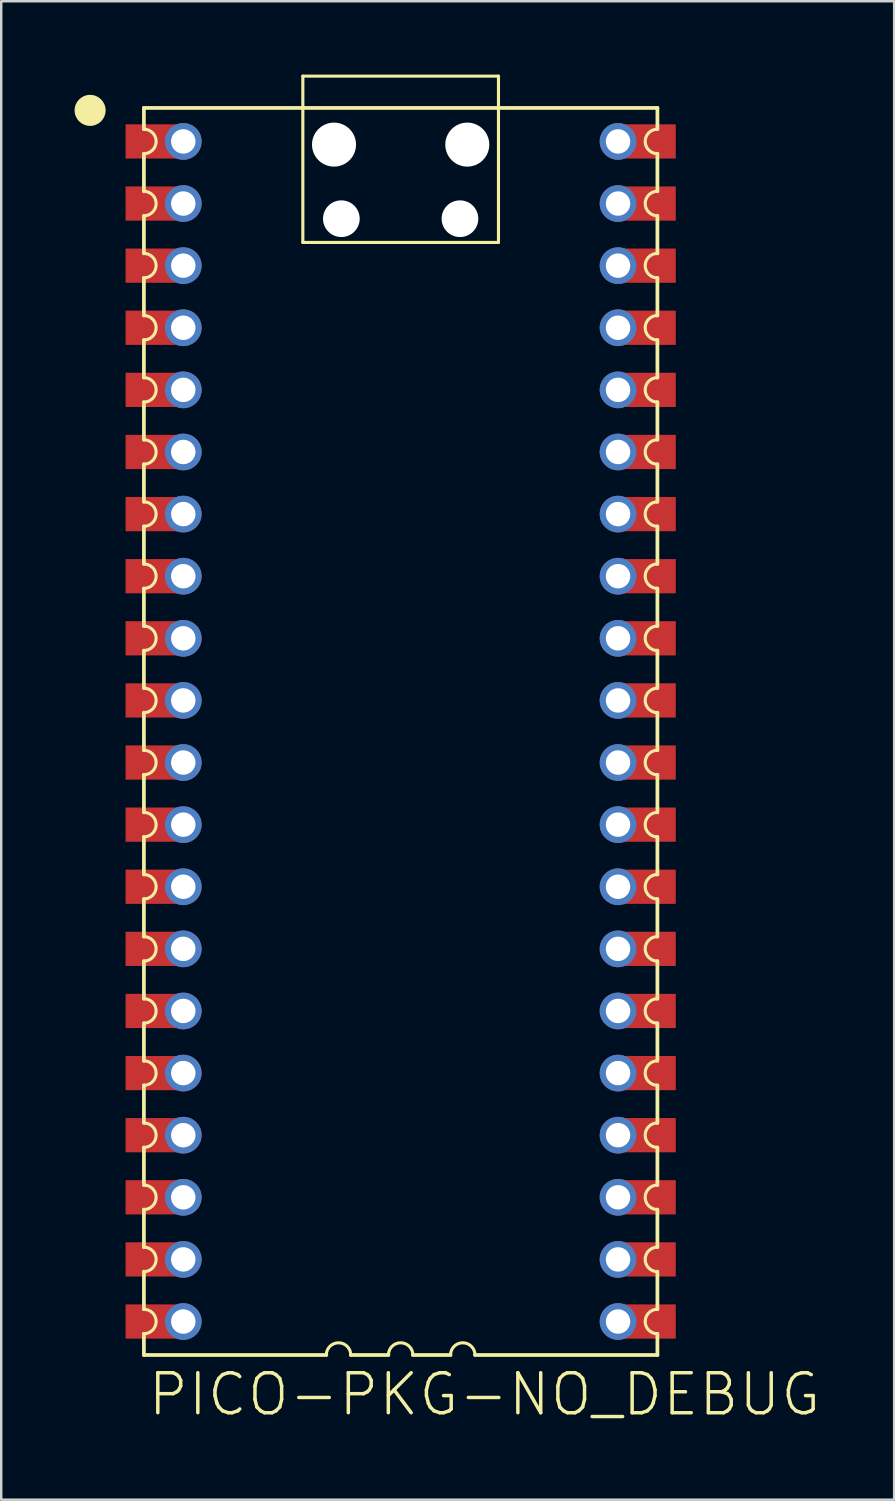
<source format=kicad_pcb>
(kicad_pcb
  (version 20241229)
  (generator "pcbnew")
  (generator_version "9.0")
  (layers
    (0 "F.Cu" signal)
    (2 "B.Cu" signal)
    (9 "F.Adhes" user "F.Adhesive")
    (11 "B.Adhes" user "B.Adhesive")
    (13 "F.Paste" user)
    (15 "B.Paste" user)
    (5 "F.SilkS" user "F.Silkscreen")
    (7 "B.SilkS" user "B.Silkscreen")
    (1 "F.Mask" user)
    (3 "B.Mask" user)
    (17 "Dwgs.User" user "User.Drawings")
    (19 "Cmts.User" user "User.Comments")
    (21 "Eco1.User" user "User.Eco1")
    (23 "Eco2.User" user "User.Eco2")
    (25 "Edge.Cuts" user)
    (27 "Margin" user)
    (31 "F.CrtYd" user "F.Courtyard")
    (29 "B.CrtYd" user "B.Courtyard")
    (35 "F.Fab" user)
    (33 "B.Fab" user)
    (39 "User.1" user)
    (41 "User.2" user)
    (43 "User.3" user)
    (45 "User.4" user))
  (footprint "PICO-PKG-NO_DEBUG"
    (layer "F.Cu")
    (at 12.065 28.134)
    (property "Reference" "PICO-PKG-NO_DEBUG" (at -9.144 26.797 0) (layer "F.SilkS") (effects (font (size 1.636 1.636) (thickness 0.142)) (justify left bottom)))
    (fp_line (start -9.23 -26.77) (end -9.23 -25.9) (stroke (width 0.152) (type solid)) (layer "F.SilkS"))
    (fp_line (start -9.23 -26.77) (end 11.77 -26.77) (stroke (width 0.152) (type solid)) (layer "F.SilkS"))
    (fp_line (start -9.23 -24.9) (end -9.23 -23.36) (stroke (width 0.152) (type solid)) (layer "F.SilkS"))
    (fp_line (start -9.23 -22.36) (end -9.23 -20.82) (stroke (width 0.152) (type solid)) (layer "F.SilkS"))
    (fp_line (start -9.23 -19.82) (end -9.23 -18.28) (stroke (width 0.152) (type solid)) (layer "F.SilkS"))
    (fp_line (start -9.23 -17.28) (end -9.23 -15.74) (stroke (width 0.152) (type solid)) (layer "F.SilkS"))
    (fp_line (start -9.23 -14.74) (end -9.23 -13.2) (stroke (width 0.152) (type solid)) (layer "F.SilkS"))
    (fp_line (start -9.23 -12.2) (end -9.23 -10.66) (stroke (width 0.152) (type solid)) (layer "F.SilkS"))
    (fp_line (start -9.23 -9.66) (end -9.23 -8.12) (stroke (width 0.152) (type solid)) (layer "F.SilkS"))
    (fp_line (start -9.23 -7.12) (end -9.23 -5.58) (stroke (width 0.152) (type solid)) (layer "F.SilkS"))
    (fp_line (start -9.23 -4.58) (end -9.23 -3.04) (stroke (width 0.152) (type solid)) (layer "F.SilkS"))
    (fp_line (start -9.23 -2.04) (end -9.23 -0.5) (stroke (width 0.152) (type solid)) (layer "F.SilkS"))
    (fp_line (start -9.23 0.5) (end -9.23 2.04) (stroke (width 0.152) (type solid)) (layer "F.SilkS"))
    (fp_line (start -9.23 3.04) (end -9.23 4.58) (stroke (width 0.152) (type solid)) (layer "F.SilkS"))
    (fp_line (start -9.23 5.58) (end -9.23 7.12) (stroke (width 0.152) (type solid)) (layer "F.SilkS"))
    (fp_line (start -9.23 8.12) (end -9.23 9.66) (stroke (width 0.152) (type solid)) (layer "F.SilkS"))
    (fp_line (start -9.23 10.66) (end -9.23 12.2) (stroke (width 0.152) (type solid)) (layer "F.SilkS"))
    (fp_line (start -9.23 13.2) (end -9.23 14.74) (stroke (width 0.152) (type solid)) (layer "F.SilkS"))
    (fp_line (start -9.23 15.74) (end -9.23 17.28) (stroke (width 0.152) (type solid)) (layer "F.SilkS"))
    (fp_line (start -9.23 18.28) (end -9.23 19.82) (stroke (width 0.152) (type solid)) (layer "F.SilkS"))
    (fp_line (start -9.23 20.82) (end -9.23 22.36) (stroke (width 0.152) (type solid)) (layer "F.SilkS"))
    (fp_line (start -9.23 23.36) (end -9.23 24.23) (stroke (width 0.152) (type solid)) (layer "F.SilkS"))
    (fp_line (start -2.73 -28.07) (end 5.27 -28.07) (stroke (width 0.127) (type solid)) (layer "F.SilkS"))
    (fp_line (start -2.73 -21.27) (end -2.73 -28.07) (stroke (width 0.127) (type solid)) (layer "F.SilkS"))
    (fp_line (start -1.77 24.23) (end -9.23 24.23) (stroke (width 0.152) (type solid)) (layer "F.SilkS"))
    (fp_line (start 0.77 24.23) (end -0.77 24.23) (stroke (width 0.152) (type solid)) (layer "F.SilkS"))
    (fp_line (start 3.31 24.23) (end 1.77 24.23) (stroke (width 0.152) (type solid)) (layer "F.SilkS"))
    (fp_line (start 5.27 -28.07) (end 5.27 -21.27) (stroke (width 0.127) (type solid)) (layer "F.SilkS"))
    (fp_line (start 5.27 -21.27) (end -2.73 -21.27) (stroke (width 0.127) (type solid)) (layer "F.SilkS"))
    (fp_line (start 11.77 -25.9) (end 11.77 -26.77) (stroke (width 0.152) (type solid)) (layer "F.SilkS"))
    (fp_line (start 11.77 -23.36) (end 11.77 -24.9) (stroke (width 0.152) (type solid)) (layer "F.SilkS"))
    (fp_line (start 11.77 -20.82) (end 11.77 -22.36) (stroke (width 0.152) (type solid)) (layer "F.SilkS"))
    (fp_line (start 11.77 -18.28) (end 11.77 -19.82) (stroke (width 0.152) (type solid)) (layer "F.SilkS"))
    (fp_line (start 11.77 -15.74) (end 11.77 -17.28) (stroke (width 0.152) (type solid)) (layer "F.SilkS"))
    (fp_line (start 11.77 -13.2) (end 11.77 -14.74) (stroke (width 0.152) (type solid)) (layer "F.SilkS"))
    (fp_line (start 11.77 -10.66) (end 11.77 -12.2) (stroke (width 0.152) (type solid)) (layer "F.SilkS"))
    (fp_line (start 11.77 -8.12) (end 11.77 -9.66) (stroke (width 0.152) (type solid)) (layer "F.SilkS"))
    (fp_line (start 11.77 -5.58) (end 11.77 -7.12) (stroke (width 0.152) (type solid)) (layer "F.SilkS"))
    (fp_line (start 11.77 -3.04) (end 11.77 -4.58) (stroke (width 0.152) (type solid)) (layer "F.SilkS"))
    (fp_line (start 11.77 -0.5) (end 11.77 -2.04) (stroke (width 0.152) (type solid)) (layer "F.SilkS"))
    (fp_line (start 11.77 2.04) (end 11.77 0.5) (stroke (width 0.152) (type solid)) (layer "F.SilkS"))
    (fp_line (start 11.77 4.58) (end 11.77 3.04) (stroke (width 0.152) (type solid)) (layer "F.SilkS"))
    (fp_line (start 11.77 7.12) (end 11.77 5.58) (stroke (width 0.152) (type solid)) (layer "F.SilkS"))
    (fp_line (start 11.77 9.66) (end 11.77 8.12) (stroke (width 0.152) (type solid)) (layer "F.SilkS"))
    (fp_line (start 11.77 12.2) (end 11.77 10.66) (stroke (width 0.152) (type solid)) (layer "F.SilkS"))
    (fp_line (start 11.77 14.74) (end 11.77 13.2) (stroke (width 0.152) (type solid)) (layer "F.SilkS"))
    (fp_line (start 11.77 17.28) (end 11.77 15.74) (stroke (width 0.152) (type solid)) (layer "F.SilkS"))
    (fp_line (start 11.77 19.82) (end 11.77 18.28) (stroke (width 0.152) (type solid)) (layer "F.SilkS"))
    (fp_line (start 11.77 22.36) (end 11.77 20.82) (stroke (width 0.152) (type solid)) (layer "F.SilkS"))
    (fp_line (start 11.77 24.23) (end 4.31 24.23) (stroke (width 0.152) (type solid)) (layer "F.SilkS"))
    (fp_line (start 11.77 24.23) (end 11.77 23.36) (stroke (width 0.152) (type solid)) (layer "F.SilkS"))
    (fp_arc (start -9.23 -25.9) (mid -8.73 -25.4) (end -9.23 -24.9) (stroke (width 0.127) (type solid)) (layer "F.SilkS"))
    (fp_arc (start -9.23 -23.36) (mid -8.73 -22.86) (end -9.23 -22.36) (stroke (width 0.127) (type solid)) (layer "F.SilkS"))
    (fp_arc (start -9.23 -20.82) (mid -8.73 -20.32) (end -9.23 -19.82) (stroke (width 0.127) (type solid)) (layer "F.SilkS"))
    (fp_arc (start -9.23 -18.28) (mid -8.73 -17.78) (end -9.23 -17.28) (stroke (width 0.127) (type solid)) (layer "F.SilkS"))
    (fp_arc (start -9.23 -15.74) (mid -8.73 -15.24) (end -9.23 -14.74) (stroke (width 0.127) (type solid)) (layer "F.SilkS"))
    (fp_arc (start -9.23 -13.2) (mid -8.73 -12.7) (end -9.23 -12.2) (stroke (width 0.127) (type solid)) (layer "F.SilkS"))
    (fp_arc (start -9.23 -10.66) (mid -8.73 -10.16) (end -9.23 -9.66) (stroke (width 0.127) (type solid)) (layer "F.SilkS"))
    (fp_arc (start -9.23 -8.12) (mid -8.73 -7.62) (end -9.23 -7.12) (stroke (width 0.127) (type solid)) (layer "F.SilkS"))
    (fp_arc (start -9.23 -5.58) (mid -8.73 -5.08) (end -9.23 -4.58) (stroke (width 0.127) (type solid)) (layer "F.SilkS"))
    (fp_arc (start -9.23 -3.04) (mid -8.73 -2.54) (end -9.23 -2.04) (stroke (width 0.127) (type solid)) (layer "F.SilkS"))
    (fp_arc (start -9.23 -0.5) (mid -8.73 0) (end -9.23 0.5) (stroke (width 0.127) (type solid)) (layer "F.SilkS"))
    (fp_arc (start -9.23 2.04) (mid -8.73 2.54) (end -9.23 3.04) (stroke (width 0.127) (type solid)) (layer "F.SilkS"))
    (fp_arc (start -9.23 4.58) (mid -8.73 5.08) (end -9.23 5.58) (stroke (width 0.127) (type solid)) (layer "F.SilkS"))
    (fp_arc (start -9.23 7.12) (mid -8.73 7.62) (end -9.23 8.12) (stroke (width 0.127) (type solid)) (layer "F.SilkS"))
    (fp_arc (start -9.23 9.66) (mid -8.73 10.16) (end -9.23 10.66) (stroke (width 0.127) (type solid)) (layer "F.SilkS"))
    (fp_arc (start -9.23 12.2) (mid -8.73 12.7) (end -9.23 13.2) (stroke (width 0.127) (type solid)) (layer "F.SilkS"))
    (fp_arc (start -9.23 14.74) (mid -8.73 15.24) (end -9.23 15.74) (stroke (width 0.127) (type solid)) (layer "F.SilkS"))
    (fp_arc (start -9.23 17.28) (mid -8.73 17.78) (end -9.23 18.28) (stroke (width 0.127) (type solid)) (layer "F.SilkS"))
    (fp_arc (start -9.23 19.82) (mid -8.73 20.32) (end -9.23 20.82) (stroke (width 0.127) (type solid)) (layer "F.SilkS"))
    (fp_arc (start -9.23 22.36) (mid -8.73 22.86) (end -9.23 23.36) (stroke (width 0.127) (type solid)) (layer "F.SilkS"))
    (fp_arc (start -1.77 24.23) (mid -1.27 23.73) (end -0.77 24.23) (stroke (width 0.127) (type solid)) (layer "F.SilkS"))
    (fp_arc (start 0.77 24.23) (mid 1.27 23.73) (end 1.77 24.23) (stroke (width 0.127) (type solid)) (layer "F.SilkS"))
    (fp_arc (start 3.31 24.23) (mid 3.81 23.73) (end 4.31 24.23) (stroke (width 0.127) (type solid)) (layer "F.SilkS"))
    (fp_arc (start 11.77 -24.9) (mid 11.27 -25.4) (end 11.77 -25.9) (stroke (width 0.127) (type solid)) (layer "F.SilkS"))
    (fp_arc (start 11.77 -22.36) (mid 11.27 -22.86) (end 11.77 -23.36) (stroke (width 0.127) (type solid)) (layer "F.SilkS"))
    (fp_arc (start 11.77 -19.82) (mid 11.27 -20.32) (end 11.77 -20.82) (stroke (width 0.127) (type solid)) (layer "F.SilkS"))
    (fp_arc (start 11.77 -17.28) (mid 11.27 -17.78) (end 11.77 -18.28) (stroke (width 0.127) (type solid)) (layer "F.SilkS"))
    (fp_arc (start 11.77 -14.74) (mid 11.27 -15.24) (end 11.77 -15.74) (stroke (width 0.127) (type solid)) (layer "F.SilkS"))
    (fp_arc (start 11.77 -12.2) (mid 11.27 -12.7) (end 11.77 -13.2) (stroke (width 0.127) (type solid)) (layer "F.SilkS"))
    (fp_arc (start 11.77 -9.66) (mid 11.27 -10.16) (end 11.77 -10.66) (stroke (width 0.127) (type solid)) (layer "F.SilkS"))
    (fp_arc (start 11.77 -7.12) (mid 11.27 -7.62) (end 11.77 -8.12) (stroke (width 0.127) (type solid)) (layer "F.SilkS"))
    (fp_arc (start 11.77 -4.58) (mid 11.27 -5.08) (end 11.77 -5.58) (stroke (width 0.127) (type solid)) (layer "F.SilkS"))
    (fp_arc (start 11.77 -2.04) (mid 11.27 -2.54) (end 11.77 -3.04) (stroke (width 0.127) (type solid)) (layer "F.SilkS"))
    (fp_arc (start 11.77 0.5) (mid 11.27 0) (end 11.77 -0.5) (stroke (width 0.127) (type solid)) (layer "F.SilkS"))
    (fp_arc (start 11.77 3.04) (mid 11.27 2.54) (end 11.77 2.04) (stroke (width 0.127) (type solid)) (layer "F.SilkS"))
    (fp_arc (start 11.77 5.58) (mid 11.27 5.08) (end 11.77 4.58) (stroke (width 0.127) (type solid)) (layer "F.SilkS"))
    (fp_arc (start 11.77 8.12) (mid 11.27 7.62) (end 11.77 7.12) (stroke (width 0.127) (type solid)) (layer "F.SilkS"))
    (fp_arc (start 11.77 10.66) (mid 11.27 10.16) (end 11.77 9.66) (stroke (width 0.127) (type solid)) (layer "F.SilkS"))
    (fp_arc (start 11.77 13.2) (mid 11.27 12.7) (end 11.77 12.2) (stroke (width 0.127) (type solid)) (layer "F.SilkS"))
    (fp_arc (start 11.77 15.74) (mid 11.27 15.24) (end 11.77 14.74) (stroke (width 0.127) (type solid)) (layer "F.SilkS"))
    (fp_arc (start 11.77 18.28) (mid 11.27 17.78) (end 11.77 17.28) (stroke (width 0.127) (type solid)) (layer "F.SilkS"))
    (fp_arc (start 11.77 20.82) (mid 11.27 20.32) (end 11.77 19.82) (stroke (width 0.127) (type solid)) (layer "F.SilkS"))
    (fp_arc (start 11.77 23.36) (mid 11.27 22.86) (end 11.77 22.36) (stroke (width 0.127) (type solid)) (layer "F.SilkS"))
    (fp_circle (center -11.43 -26.67) (end -11.113 -26.67) (stroke (width 0.635) (type solid)) (fill yes) (layer "F.SilkS"))
    (pad "" np_thru_hole circle (at -1.455 -25.27) (size 1.8 1.8) (drill 1.8) (layers "*.Cu" "*.Mask"))
    (pad "" np_thru_hole circle (at -1.155 -22.24) (size 1.5 1.5) (drill 1.5) (layers "*.Cu" "*.Mask"))
    (pad "" np_thru_hole circle (at 3.695 -22.24) (size 1.5 1.5) (drill 1.5) (layers "*.Cu" "*.Mask"))
    (pad "" np_thru_hole circle (at 3.995 -25.27) (size 1.8 1.8) (drill 1.8) (layers "*.Cu" "*.Mask"))
    (pad "1" thru_hole circle (at -7.62 -25.4) (size 1.5 1.5) (drill 1) (layers "*.Cu" "*.Mask"))
    (pad "2" thru_hole circle (at -7.62 -22.86) (size 1.5 1.5) (drill 1) (layers "*.Cu" "*.Mask"))
    (pad "3" thru_hole circle (at -7.62 -20.32) (size 1.5 1.5) (drill 1) (layers "*.Cu" "*.Mask"))
    (pad "4" thru_hole circle (at -7.62 -17.78) (size 1.5 1.5) (drill 1) (layers "*.Cu" "*.Mask"))
    (pad "5" thru_hole circle (at -7.62 -15.24) (size 1.5 1.5) (drill 1) (layers "*.Cu" "*.Mask"))
    (pad "6" thru_hole circle (at -7.62 -12.7) (size 1.5 1.5) (drill 1) (layers "*.Cu" "*.Mask"))
    (pad "7" thru_hole circle (at -7.62 -10.16) (size 1.5 1.5) (drill 1) (layers "*.Cu" "*.Mask"))
    (pad "8" thru_hole circle (at -7.62 -7.62) (size 1.5 1.5) (drill 1) (layers "*.Cu" "*.Mask"))
    (pad "9" thru_hole circle (at -7.62 -5.08) (size 1.5 1.5) (drill 1) (layers "*.Cu" "*.Mask"))
    (pad "10" thru_hole circle (at -7.62 -2.54) (size 1.5 1.5) (drill 1) (layers "*.Cu" "*.Mask"))
    (pad "11" thru_hole circle (at -7.62 0) (size 1.5 1.5) (drill 1) (layers "*.Cu" "*.Mask"))
    (pad "12" thru_hole circle (at -7.62 2.54) (size 1.5 1.5) (drill 1) (layers "*.Cu" "*.Mask"))
    (pad "13" thru_hole circle (at -7.62 5.08) (size 1.5 1.5) (drill 1) (layers "*.Cu" "*.Mask"))
    (pad "14" thru_hole circle (at -7.62 7.62) (size 1.5 1.5) (drill 1) (layers "*.Cu" "*.Mask"))
    (pad "15" thru_hole circle (at -7.62 10.16) (size 1.5 1.5) (drill 1) (layers "*.Cu" "*.Mask"))
    (pad "16" thru_hole circle (at -7.62 12.7) (size 1.5 1.5) (drill 1) (layers "*.Cu" "*.Mask"))
    (pad "17" thru_hole circle (at -7.62 15.24) (size 1.5 1.5) (drill 1) (layers "*.Cu" "*.Mask"))
    (pad "18" thru_hole circle (at -7.62 17.78) (size 1.5 1.5) (drill 1) (layers "*.Cu" "*.Mask"))
    (pad "19" thru_hole circle (at -7.62 20.32) (size 1.5 1.5) (drill 1) (layers "*.Cu" "*.Mask"))
    (pad "20" thru_hole circle (at -7.62 22.86) (size 1.5 1.5) (drill 1) (layers "*.Cu" "*.Mask"))
    (pad "21" thru_hole circle (at 10.16 22.86) (size 1.5 1.5) (drill 1) (layers "*.Cu" "*.Mask"))
    (pad "22" thru_hole circle (at 10.16 20.32) (size 1.5 1.5) (drill 1) (layers "*.Cu" "*.Mask"))
    (pad "23" thru_hole circle (at 10.16 17.78) (size 1.5 1.5) (drill 1) (layers "*.Cu" "*.Mask"))
    (pad "24" thru_hole circle (at 10.16 15.24) (size 1.5 1.5) (drill 1) (layers "*.Cu" "*.Mask"))
    (pad "25" thru_hole circle (at 10.16 12.7) (size 1.5 1.5) (drill 1) (layers "*.Cu" "*.Mask"))
    (pad "26" thru_hole circle (at 10.16 10.16) (size 1.5 1.5) (drill 1) (layers "*.Cu" "*.Mask"))
    (pad "27" thru_hole circle (at 10.16 7.62) (size 1.5 1.5) (drill 1) (layers "*.Cu" "*.Mask"))
    (pad "28" thru_hole circle (at 10.16 5.08) (size 1.5 1.5) (drill 1) (layers "*.Cu" "*.Mask"))
    (pad "29" thru_hole circle (at 10.16 2.54) (size 1.5 1.5) (drill 1) (layers "*.Cu" "*.Mask"))
    (pad "30" thru_hole circle (at 10.16 0) (size 1.5 1.5) (drill 1) (layers "*.Cu" "*.Mask"))
    (pad "31" thru_hole circle (at 10.16 -2.54) (size 1.5 1.5) (drill 1) (layers "*.Cu" "*.Mask"))
    (pad "32" thru_hole circle (at 10.16 -5.08) (size 1.5 1.5) (drill 1) (layers "*.Cu" "*.Mask"))
    (pad "33" thru_hole circle (at 10.16 -7.62) (size 1.5 1.5) (drill 1) (layers "*.Cu" "*.Mask"))
    (pad "34" thru_hole circle (at 10.16 -10.16) (size 1.5 1.5) (drill 1) (layers "*.Cu" "*.Mask"))
    (pad "35" thru_hole circle (at 10.16 -12.7) (size 1.5 1.5) (drill 1) (layers "*.Cu" "*.Mask"))
    (pad "36" thru_hole circle (at 10.16 -15.24) (size 1.5 1.5) (drill 1) (layers "*.Cu" "*.Mask"))
    (pad "37" thru_hole circle (at 10.16 -17.78) (size 1.5 1.5) (drill 1) (layers "*.Cu" "*.Mask"))
    (pad "38" thru_hole circle (at 10.16 -20.32) (size 1.5 1.5) (drill 1) (layers "*.Cu" "*.Mask"))
    (pad "39" thru_hole circle (at 10.16 -22.86) (size 1.5 1.5) (drill 1) (layers "*.Cu" "*.Mask"))
    (pad "40" thru_hole circle (at 10.16 -25.4) (size 1.5 1.5) (drill 1) (layers "*.Cu" "*.Mask"))
    (pad "P$1" smd rect (at -8.73 -25.4) (size 2.5 1.4) (layers "F.Cu" "F.Mask" "F.Paste"))
    (pad "P$2" smd rect (at -8.73 -22.86) (size 2.5 1.4) (layers "F.Cu" "F.Mask" "F.Paste"))
    (pad "P$3" smd rect (at -8.73 -20.32) (size 2.5 1.4) (layers "F.Cu" "F.Mask" "F.Paste"))
    (pad "P$4" smd rect (at -8.73 -17.78) (size 2.5 1.4) (layers "F.Cu" "F.Mask" "F.Paste"))
    (pad "P$5" smd rect (at -8.73 -15.24) (size 2.5 1.4) (layers "F.Cu" "F.Mask" "F.Paste"))
    (pad "P$6" smd rect (at -8.73 -12.7) (size 2.5 1.4) (layers "F.Cu" "F.Mask" "F.Paste"))
    (pad "P$7" smd rect (at -8.73 -10.16) (size 2.5 1.4) (layers "F.Cu" "F.Mask" "F.Paste"))
    (pad "P$8" smd rect (at -8.73 -7.62) (size 2.5 1.4) (layers "F.Cu" "F.Mask" "F.Paste"))
    (pad "P$9" smd rect (at -8.73 -5.08) (size 2.5 1.4) (layers "F.Cu" "F.Mask" "F.Paste"))
    (pad "P$10" smd rect (at -8.73 -2.54) (size 2.5 1.4) (layers "F.Cu" "F.Mask" "F.Paste"))
    (pad "P$11" smd rect (at -8.73 0) (size 2.5 1.4) (layers "F.Cu" "F.Mask" "F.Paste"))
    (pad "P$12" smd rect (at -8.73 2.54) (size 2.5 1.4) (layers "F.Cu" "F.Mask" "F.Paste"))
    (pad "P$13" smd rect (at -8.73 5.08) (size 2.5 1.4) (layers "F.Cu" "F.Mask" "F.Paste"))
    (pad "P$14" smd rect (at -8.73 7.62) (size 2.5 1.4) (layers "F.Cu" "F.Mask" "F.Paste"))
    (pad "P$15" smd rect (at -8.73 10.16) (size 2.5 1.4) (layers "F.Cu" "F.Mask" "F.Paste"))
    (pad "P$16" smd rect (at -8.73 12.7) (size 2.5 1.4) (layers "F.Cu" "F.Mask" "F.Paste"))
    (pad "P$17" smd rect (at -8.73 15.24) (size 2.5 1.4) (layers "F.Cu" "F.Mask" "F.Paste"))
    (pad "P$18" smd rect (at -8.73 17.78) (size 2.5 1.4) (layers "F.Cu" "F.Mask" "F.Paste"))
    (pad "P$19" smd rect (at -8.73 20.32) (size 2.5 1.4) (layers "F.Cu" "F.Mask" "F.Paste"))
    (pad "P$20" smd rect (at -8.73 22.86) (size 2.5 1.4) (layers "F.Cu" "F.Mask" "F.Paste"))
    (pad "P$21" smd rect (at 11.27 22.86 180) (size 2.5 1.4) (layers "F.Cu" "F.Mask" "F.Paste"))
    (pad "P$22" smd rect (at 11.27 20.32 180) (size 2.5 1.4) (layers "F.Cu" "F.Mask" "F.Paste"))
    (pad "P$23" smd rect (at 11.27 17.78 180) (size 2.5 1.4) (layers "F.Cu" "F.Mask" "F.Paste"))
    (pad "P$24" smd rect (at 11.27 15.24 180) (size 2.5 1.4) (layers "F.Cu" "F.Mask" "F.Paste"))
    (pad "P$25" smd rect (at 11.27 12.7 180) (size 2.5 1.4) (layers "F.Cu" "F.Mask" "F.Paste"))
    (pad "P$26" smd rect (at 11.27 10.16 180) (size 2.5 1.4) (layers "F.Cu" "F.Mask" "F.Paste"))
    (pad "P$27" smd rect (at 11.27 7.62 180) (size 2.5 1.4) (layers "F.Cu" "F.Mask" "F.Paste"))
    (pad "P$28" smd rect (at 11.27 5.08 180) (size 2.5 1.4) (layers "F.Cu" "F.Mask" "F.Paste"))
    (pad "P$29" smd rect (at 11.27 2.54 180) (size 2.5 1.4) (layers "F.Cu" "F.Mask" "F.Paste"))
    (pad "P$30" smd rect (at 11.27 0 180) (size 2.5 1.4) (layers "F.Cu" "F.Mask" "F.Paste"))
    (pad "P$31" smd rect (at 11.27 -2.54 180) (size 2.5 1.4) (layers "F.Cu" "F.Mask" "F.Paste"))
    (pad "P$32" smd rect (at 11.27 -5.08 180) (size 2.5 1.4) (layers "F.Cu" "F.Mask" "F.Paste"))
    (pad "P$33" smd rect (at 11.27 -7.62 180) (size 2.5 1.4) (layers "F.Cu" "F.Mask" "F.Paste"))
    (pad "P$34" smd rect (at 11.27 -10.16 180) (size 2.5 1.4) (layers "F.Cu" "F.Mask" "F.Paste"))
    (pad "P$35" smd rect (at 11.27 -12.7 180) (size 2.5 1.4) (layers "F.Cu" "F.Mask" "F.Paste"))
    (pad "P$36" smd rect (at 11.27 -15.24 180) (size 2.5 1.4) (layers "F.Cu" "F.Mask" "F.Paste"))
    (pad "P$37" smd rect (at 11.27 -17.78 180) (size 2.5 1.4) (layers "F.Cu" "F.Mask" "F.Paste"))
    (pad "P$38" smd rect (at 11.27 -20.32 180) (size 2.5 1.4) (layers "F.Cu" "F.Mask" "F.Paste"))
    (pad "P$39" smd rect (at 11.27 -22.86 180) (size 2.5 1.4) (layers "F.Cu" "F.Mask" "F.Paste"))
    (pad "P$40" smd rect (at 11.27 -25.4 180) (size 2.5 1.4) (layers "F.Cu" "F.Mask" "F.Paste"))
    (zone (net_name "") (layer "F.Cu") (hatch edge 0.5) (connect_pads) (min_thickness 0.25) (filled_areas_thickness no) (keepout (tracks not_allowed) (vias not_allowed) (pads not_allowed) (copperpour not_allowed) (footprints allowed)) (placement (enabled no)) (fill) (polygon (pts (xy 9.635 1.964) (xy 17.035 1.964) (xy 17.035 6.663) (xy 9.635 6.663))))
    (zone (net_name "") (layer "F.Cu") (hatch edge 0.5) (connect_pads) (min_thickness 0.25) (filled_areas_thickness no) (keepout (tracks not_allowed) (vias not_allowed) (pads not_allowed) (copperpour not_allowed) (footprints allowed)) (placement (enabled no)) (fill) (polygon (pts (xy 9.835 8.364) (xy 11.835 8.364) (xy 11.835 10.364) (xy 9.835 10.364))))
    (zone (net_name "") (layer "F.Cu") (hatch edge 0.5) (connect_pads) (min_thickness 0.25) (filled_areas_thickness no) (keepout (tracks not_allowed) (vias not_allowed) (pads not_allowed) (copperpour not_allowed) (footprints allowed)) (placement (enabled no)) (fill) (polygon (pts (xy 9.835 10.864) (xy 11.835 10.864) (xy 11.835 12.864) (xy 9.835 12.864))))
    (zone (net_name "") (layer "F.Cu") (hatch edge 0.5) (connect_pads) (min_thickness 0.25) (filled_areas_thickness no) (keepout (tracks not_allowed) (vias not_allowed) (pads not_allowed) (copperpour not_allowed) (footprints allowed)) (placement (enabled no)) (fill) (polygon (pts (xy 9.835 13.364) (xy 11.835 13.364) (xy 11.835 15.364) (xy 9.835 15.364)))))
  (gr_rect
    (start -3 -3)
    (end 33.517 58.281)
    (stroke (width 0.1) (type default))
    (fill no)
    (layer "Edge.Cuts")))
</source>
